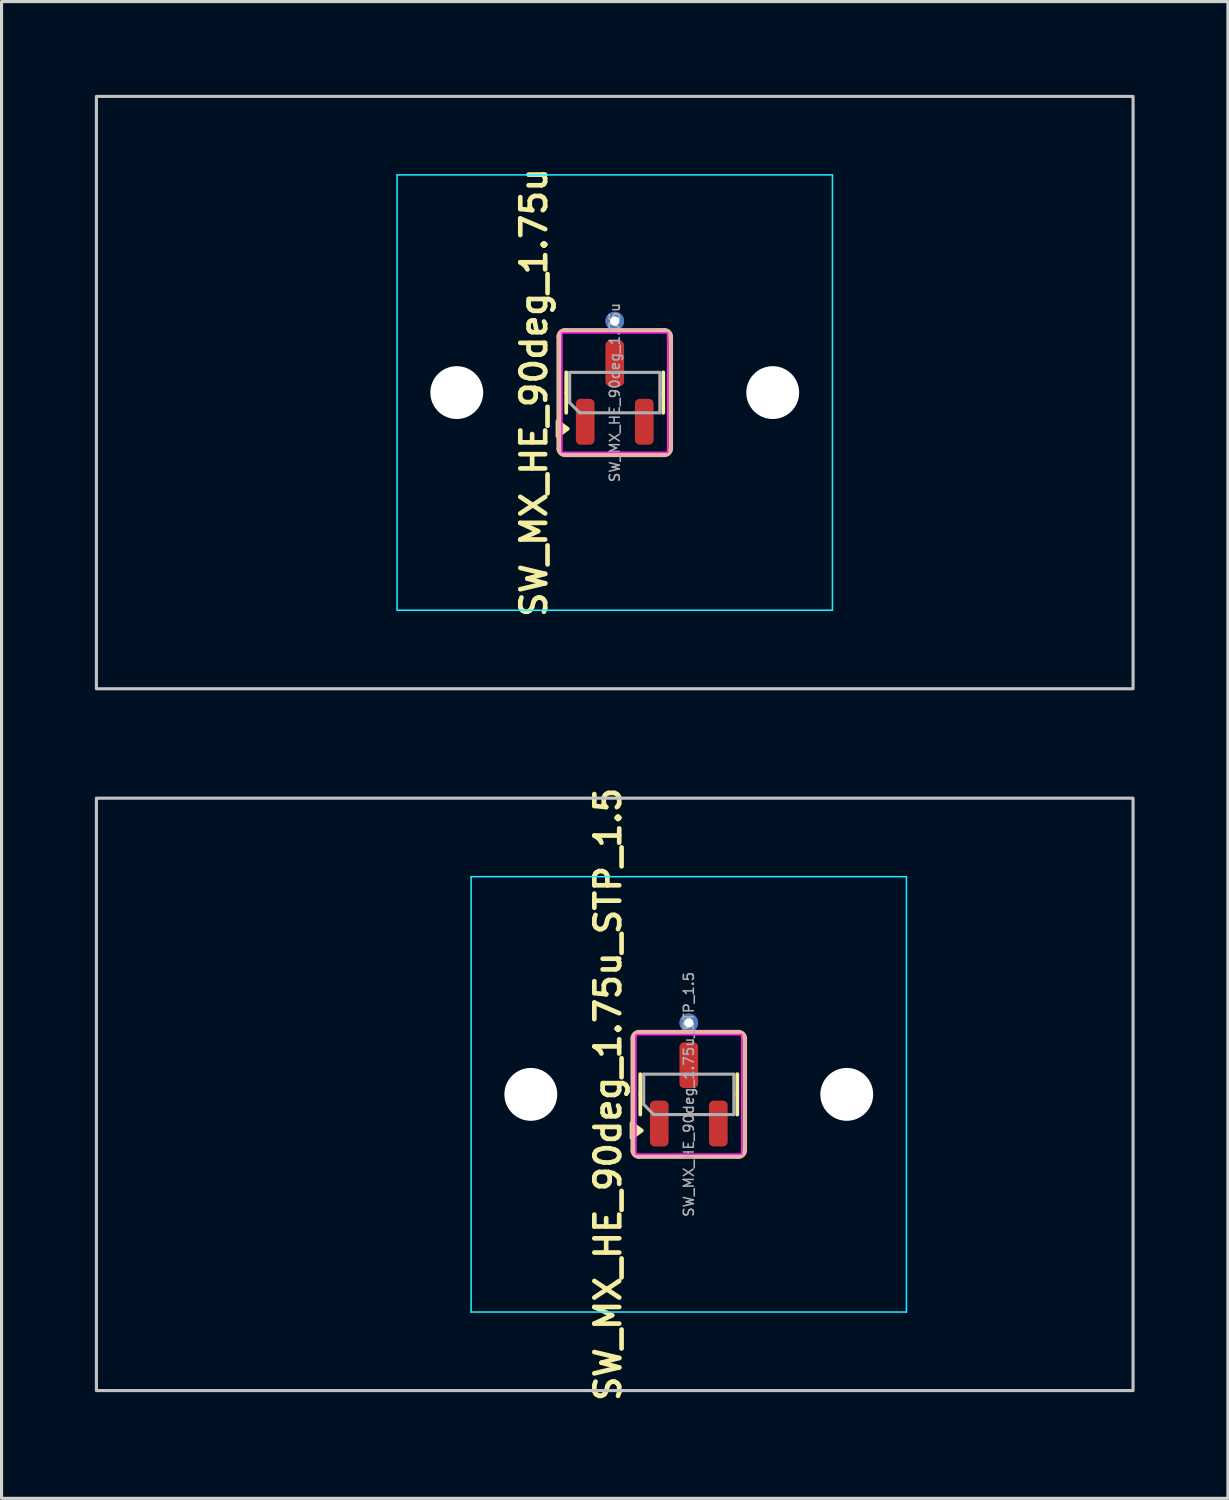
<source format=kicad_pcb>
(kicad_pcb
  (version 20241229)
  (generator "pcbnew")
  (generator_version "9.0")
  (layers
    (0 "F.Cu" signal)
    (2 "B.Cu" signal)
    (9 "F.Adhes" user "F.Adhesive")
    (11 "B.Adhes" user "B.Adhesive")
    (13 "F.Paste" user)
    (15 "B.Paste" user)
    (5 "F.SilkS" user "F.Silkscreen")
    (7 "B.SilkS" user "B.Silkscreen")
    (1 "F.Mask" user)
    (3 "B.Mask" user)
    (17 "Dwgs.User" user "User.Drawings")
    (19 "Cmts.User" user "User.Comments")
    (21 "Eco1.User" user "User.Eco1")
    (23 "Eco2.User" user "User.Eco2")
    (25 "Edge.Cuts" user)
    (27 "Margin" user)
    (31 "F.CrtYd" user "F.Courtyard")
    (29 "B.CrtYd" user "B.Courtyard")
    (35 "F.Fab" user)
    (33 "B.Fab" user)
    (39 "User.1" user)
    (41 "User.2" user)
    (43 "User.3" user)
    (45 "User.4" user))
  (footprint "SW_MX_HE_90deg_1.75u"
    (layer "F.Cu")
    (at 16.719 9.575)
    (property "Reference" "SW_MX_HE_90deg_1.75u" (at -2.6 0 90) (layer "F.SilkS") (effects (font (size 0.8 0.8) (thickness 0.15))))
    (attr smd)
    (fp_line (start -1.56 0) (end -1.56 -0.65) (stroke (width 0.12) (type solid)) (layer "F.SilkS"))
    (fp_line (start -1.56 0) (end -1.56 0.65) (stroke (width 0.12) (type solid)) (layer "F.SilkS"))
    (fp_line (start 1.56 0) (end 1.56 -0.65) (stroke (width 0.12) (type solid)) (layer "F.SilkS"))
    (fp_line (start 1.56 0) (end 1.56 0.65) (stroke (width 0.12) (type solid)) (layer "F.SilkS"))
    (fp_poly (pts (xy -1.51 1.163) (xy -1.84 1.403) (xy -1.84 0.922) (xy -1.51 1.163)) (stroke (width 0.12) (type solid)) (fill yes) (layer "F.SilkS"))
    (fp_line (start -1.8 -1.8) (end -1.8 1.8) (stroke (width 0.15) (type default)) (layer "B.SilkS"))
    (fp_line (start -1.6 2) (end 1.6 2) (stroke (width 0.15) (type default)) (layer "B.SilkS"))
    (fp_line (start 1.6 -2) (end -1.6 -2) (stroke (width 0.15) (type default)) (layer "B.SilkS"))
    (fp_line (start 1.8 1.8) (end 1.8 -1.8) (stroke (width 0.15) (type default)) (layer "B.SilkS"))
    (fp_arc (start -1.8 -1.8) (mid -1.741421 -1.941421) (end -1.6 -2) (stroke (width 0.15) (type default)) (layer "B.SilkS"))
    (fp_arc (start -1.6 2) (mid -1.741421 1.941421) (end -1.8 1.8) (stroke (width 0.15) (type default)) (layer "B.SilkS"))
    (fp_arc (start 1.6 -2) (mid 1.741421 -1.941421) (end 1.8 -1.8) (stroke (width 0.15) (type default)) (layer "B.SilkS"))
    (fp_arc (start 1.8 1.8) (mid 1.741421 1.941421) (end 1.6 2) (stroke (width 0.15) (type default)) (layer "B.SilkS"))
    (fp_rect (start -16.669 -9.525) (end 16.669 9.525) (stroke (width 0.1) (type default)) (fill no) (layer "Dwgs.User"))
    (fp_line (start -7 6.5) (end -7 -6.5) (stroke (width 0.05) (type solid)) (layer "Eco2.User"))
    (fp_line (start -6.5 -7) (end 6.5 -7) (stroke (width 0.05) (type solid)) (layer "Eco2.User"))
    (fp_line (start 6.5 7) (end -6.5 7) (stroke (width 0.05) (type solid)) (layer "Eco2.User"))
    (fp_line (start 7 -6.5) (end 7 6.5) (stroke (width 0.05) (type solid)) (layer "Eco2.User"))
    (fp_arc (start -7 -6.5) (mid -6.853553 -6.853553) (end -6.5 -7) (stroke (width 0.05) (type solid)) (layer "Eco2.User"))
    (fp_arc (start -6.5 7) (mid -6.853553 6.853553) (end -7 6.5) (stroke (width 0.05) (type solid)) (layer "Eco2.User"))
    (fp_arc (start 6.5 -7) (mid 6.853553 -6.853553) (end 7 -6.5) (stroke (width 0.05) (type solid)) (layer "Eco2.User"))
    (fp_arc (start 6.997236 6.498884) (mid 6.850789 6.852437) (end 6.497236 6.998884) (stroke (width 0.05) (type solid)) (layer "Eco2.User"))
    (fp_line (start -7 -7) (end -7 7) (stroke (width 0.05) (type solid)) (layer "B.CrtYd"))
    (fp_line (start -7 7) (end 7 7) (stroke (width 0.05) (type solid)) (layer "B.CrtYd"))
    (fp_line (start 7 -7) (end -7 -7) (stroke (width 0.05) (type solid)) (layer "B.CrtYd"))
    (fp_line (start 7 7) (end 7 -7) (stroke (width 0.05) (type solid)) (layer "B.CrtYd"))
    (fp_line (start -1.7 -1.92) (end -1.7 1.92) (stroke (width 0.05) (type solid)) (layer "F.CrtYd"))
    (fp_line (start -1.7 1.92) (end 1.7 1.92) (stroke (width 0.05) (type solid)) (layer "F.CrtYd"))
    (fp_line (start 1.7 -1.92) (end -1.7 -1.92) (stroke (width 0.05) (type solid)) (layer "F.CrtYd"))
    (fp_line (start 1.7 1.92) (end 1.7 -1.92) (stroke (width 0.05) (type solid)) (layer "F.CrtYd"))
    (fp_line (start -1.45 -0.65) (end 1.45 -0.65) (stroke (width 0.1) (type solid)) (layer "F.Fab"))
    (fp_line (start -1.45 0.325) (end -1.45 -0.65) (stroke (width 0.1) (type solid)) (layer "F.Fab"))
    (fp_line (start -1.125 0.65) (end -1.45 0.325) (stroke (width 0.1) (type solid)) (layer "F.Fab"))
    (fp_line (start 1.45 -0.65) (end 1.45 0.65) (stroke (width 0.1) (type solid)) (layer "F.Fab"))
    (fp_line (start 1.45 0.65) (end -1.125 0.65) (stroke (width 0.1) (type solid)) (layer "F.Fab"))
    (fp_text user "${REFERENCE}" (at 0 0 90) (layer "F.Fab") (effects (font (size 0.32 0.32) (thickness 0.05))))
    (pad "" np_thru_hole circle (at -5.08 0) (size 1.7 1.7) (drill 1.7) (layers "*.Cu" "*.Mask"))
    (pad "" np_thru_hole circle (at 5.08 0) (size 1.7 1.7) (drill 1.7) (layers "*.Cu" "*.Mask"))
    (pad "1" smd roundrect (at -0.95 0.938 90) (size 1.475 0.6) (layers "F.Cu" "F.Mask" "F.Paste") (roundrect_rratio 0.25))
    (pad "2" smd roundrect (at 0.95 0.938 90) (size 1.475 0.6) (layers "F.Cu" "F.Mask" "F.Paste") (roundrect_rratio 0.25))
    (pad "3" thru_hole circle (at 0 -2.3 90) (size 0.6 0.6) (drill 0.3) (layers "*.Cu"))
    (pad "3" smd roundrect (at 0 -0.938 90) (size 1.475 0.6) (layers "F.Cu" "F.Mask" "F.Paste") (roundrect_rratio 0.25))
    (zone (net_name "") (layer "F.Cu") (name "HE keepout_bot") (hatch edge 0.5) (connect_pads) (min_thickness 0.25) (filled_areas_thickness no) (keepout (tracks allowed) (vias allowed) (pads allowed) (copperpour not_allowed) (footprints allowed)) (placement (enabled no)) (fill) (polygon (pts (arc (start 15.11875 7.575) (mid 14.977329 7.633579) (end 14.91875 7.775)) (arc (start 14.91875 11.375) (mid 14.977329 11.516421) (end 15.11875 11.575)) (arc (start 18.31875 11.575) (mid 18.460171 11.516421) (end 18.51875 11.375)) (arc (start 18.51875 7.775) (mid 18.460171 7.633579) (end 18.31875 7.575)) (arc (start 17.21875 7.575) (mid 17.077329 7.633579) (end 17.01875 7.775)) (arc (start 17.01875 9.175) (mid 16.960171 9.316421) (end 16.81875 9.375)) (arc (start 16.61875 9.375) (mid 16.477329 9.316421) (end 16.41875 9.175)) (arc (start 16.41875 7.775) (mid 16.360171 7.633579) (end 16.21875 7.575)))))
    (zone (net_name "") (layer "In1.Cu") (name "HE keepout_top") (hatch edge 0.5) (connect_pads) (min_thickness 0.25) (filled_areas_thickness no) (keepout (tracks allowed) (vias allowed) (pads allowed) (copperpour not_allowed) (footprints allowed)) (placement (enabled no)) (fill) (polygon (pts (arc (start 15.11875 7.575) (mid 14.977329 7.633579) (end 14.91875 7.775)) (arc (start 14.91875 11.375) (mid 14.977329 11.516421) (end 15.11875 11.575)) (arc (start 18.31875 11.575) (mid 18.460171 11.516421) (end 18.51875 11.375)) (arc (start 18.51875 7.775) (mid 18.460171 7.633579) (end 18.31875 7.575))))))
  (footprint "SW_MX_HE_90deg_1.75u_STP_1.5"
    (layer "F.Cu")
    (at 19.1 32.143)
    (property "Reference" "SW_MX_HE_90deg_1.75u_STP_1.5" (at -2.6 0 90) (layer "F.SilkS") (effects (font (size 0.8 0.8) (thickness 0.15))))
    (attr smd)
    (fp_line (start -1.56 0) (end -1.56 -0.65) (stroke (width 0.12) (type solid)) (layer "F.SilkS"))
    (fp_line (start -1.56 0) (end -1.56 0.65) (stroke (width 0.12) (type solid)) (layer "F.SilkS"))
    (fp_line (start 1.56 0) (end 1.56 -0.65) (stroke (width 0.12) (type solid)) (layer "F.SilkS"))
    (fp_line (start 1.56 0) (end 1.56 0.65) (stroke (width 0.12) (type solid)) (layer "F.SilkS"))
    (fp_poly (pts (xy -1.51 1.163) (xy -1.84 1.403) (xy -1.84 0.922) (xy -1.51 1.163)) (stroke (width 0.12) (type solid)) (fill yes) (layer "F.SilkS"))
    (fp_line (start -1.8 -1.8) (end -1.8 1.8) (stroke (width 0.15) (type default)) (layer "B.SilkS"))
    (fp_line (start -1.6 2) (end 1.6 2) (stroke (width 0.15) (type default)) (layer "B.SilkS"))
    (fp_line (start 1.6 -2) (end -1.6 -2) (stroke (width 0.15) (type default)) (layer "B.SilkS"))
    (fp_line (start 1.8 1.8) (end 1.8 -1.8) (stroke (width 0.15) (type default)) (layer "B.SilkS"))
    (fp_arc (start -1.8 -1.8) (mid -1.741421 -1.941421) (end -1.6 -2) (stroke (width 0.15) (type default)) (layer "B.SilkS"))
    (fp_arc (start -1.6 2) (mid -1.741421 1.941421) (end -1.8 1.8) (stroke (width 0.15) (type default)) (layer "B.SilkS"))
    (fp_arc (start 1.6 -2) (mid 1.741421 -1.941421) (end 1.8 -1.8) (stroke (width 0.15) (type default)) (layer "B.SilkS"))
    (fp_arc (start 1.8 1.8) (mid 1.741421 1.941421) (end 1.6 2) (stroke (width 0.15) (type default)) (layer "B.SilkS"))
    (fp_rect (start -19.05 -9.525) (end 14.287 9.525) (stroke (width 0.1) (type default)) (fill no) (layer "Dwgs.User"))
    (fp_line (start -7 6.5) (end -7 -6.5) (stroke (width 0.05) (type solid)) (layer "Eco2.User"))
    (fp_line (start -6.5 -7) (end 6.5 -7) (stroke (width 0.05) (type solid)) (layer "Eco2.User"))
    (fp_line (start 6.5 7) (end -6.5 7) (stroke (width 0.05) (type solid)) (layer "Eco2.User"))
    (fp_line (start 7 -6.5) (end 7 6.5) (stroke (width 0.05) (type solid)) (layer "Eco2.User"))
    (fp_arc (start -7 -6.5) (mid -6.853553 -6.853553) (end -6.5 -7) (stroke (width 0.05) (type solid)) (layer "Eco2.User"))
    (fp_arc (start -6.5 7) (mid -6.853553 6.853553) (end -7 6.5) (stroke (width 0.05) (type solid)) (layer "Eco2.User"))
    (fp_arc (start 6.5 -7) (mid 6.853553 -6.853553) (end 7 -6.5) (stroke (width 0.05) (type solid)) (layer "Eco2.User"))
    (fp_arc (start 6.997236 6.498884) (mid 6.850789 6.852437) (end 6.497236 6.998884) (stroke (width 0.05) (type solid)) (layer "Eco2.User"))
    (fp_line (start -7 -7) (end -7 7) (stroke (width 0.05) (type solid)) (layer "B.CrtYd"))
    (fp_line (start -7 7) (end 7 7) (stroke (width 0.05) (type solid)) (layer "B.CrtYd"))
    (fp_line (start 7 -7) (end -7 -7) (stroke (width 0.05) (type solid)) (layer "B.CrtYd"))
    (fp_line (start 7 7) (end 7 -7) (stroke (width 0.05) (type solid)) (layer "B.CrtYd"))
    (fp_line (start -1.7 -1.92) (end -1.7 1.92) (stroke (width 0.05) (type solid)) (layer "F.CrtYd"))
    (fp_line (start -1.7 1.92) (end 1.7 1.92) (stroke (width 0.05) (type solid)) (layer "F.CrtYd"))
    (fp_line (start 1.7 -1.92) (end -1.7 -1.92) (stroke (width 0.05) (type solid)) (layer "F.CrtYd"))
    (fp_line (start 1.7 1.92) (end 1.7 -1.92) (stroke (width 0.05) (type solid)) (layer "F.CrtYd"))
    (fp_line (start -1.45 -0.65) (end 1.45 -0.65) (stroke (width 0.1) (type solid)) (layer "F.Fab"))
    (fp_line (start -1.45 0.325) (end -1.45 -0.65) (stroke (width 0.1) (type solid)) (layer "F.Fab"))
    (fp_line (start -1.125 0.65) (end -1.45 0.325) (stroke (width 0.1) (type solid)) (layer "F.Fab"))
    (fp_line (start 1.45 -0.65) (end 1.45 0.65) (stroke (width 0.1) (type solid)) (layer "F.Fab"))
    (fp_line (start 1.45 0.65) (end -1.125 0.65) (stroke (width 0.1) (type solid)) (layer "F.Fab"))
    (fp_text user "${REFERENCE}" (at 0 0 90) (layer "F.Fab") (effects (font (size 0.32 0.32) (thickness 0.05))))
    (pad "" np_thru_hole circle (at -5.08 0) (size 1.7 1.7) (drill 1.7) (layers "*.Cu" "*.Mask"))
    (pad "" np_thru_hole circle (at 5.08 0) (size 1.7 1.7) (drill 1.7) (layers "*.Cu" "*.Mask"))
    (pad "1" smd roundrect (at -0.95 0.938 90) (size 1.475 0.6) (layers "F.Cu" "F.Mask" "F.Paste") (roundrect_rratio 0.25))
    (pad "2" smd roundrect (at 0.95 0.938 90) (size 1.475 0.6) (layers "F.Cu" "F.Mask" "F.Paste") (roundrect_rratio 0.25))
    (pad "3" thru_hole circle (at 0 -2.3 90) (size 0.6 0.6) (drill 0.3) (layers "*.Cu"))
    (pad "3" smd roundrect (at 0 -0.938 90) (size 1.475 0.6) (layers "F.Cu" "F.Mask" "F.Paste") (roundrect_rratio 0.25))
    (zone (net_name "") (layer "F.Cu") (name "HE keepout_bot") (hatch edge 0.5) (connect_pads) (min_thickness 0.25) (filled_areas_thickness no) (keepout (tracks allowed) (vias allowed) (pads allowed) (copperpour not_allowed) (footprints allowed)) (placement (enabled no)) (fill) (polygon (pts (arc (start 17.5 30.142622) (mid 17.358579 30.201201) (end 17.3 30.342622)) (arc (start 17.3 33.942622) (mid 17.358579 34.084043) (end 17.5 34.142622)) (arc (start 20.7 34.142622) (mid 20.841421 34.084043) (end 20.9 33.942622)) (arc (start 20.9 30.342622) (mid 20.841421 30.201201) (end 20.7 30.142622)) (arc (start 19.6 30.142622) (mid 19.458579 30.201201) (end 19.4 30.342622)) (arc (start 19.4 31.742622) (mid 19.341421 31.884043) (end 19.2 31.942622)) (arc (start 19 31.942622) (mid 18.858579 31.884043) (end 18.8 31.742622)) (arc (start 18.8 30.342622) (mid 18.741421 30.201201) (end 18.6 30.142622)))))
    (zone (net_name "") (layer "In1.Cu") (name "HE keepout_top") (hatch edge 0.5) (connect_pads) (min_thickness 0.25) (filled_areas_thickness no) (keepout (tracks allowed) (vias allowed) (pads allowed) (copperpour not_allowed) (footprints allowed)) (placement (enabled no)) (fill) (polygon (pts (arc (start 17.5 30.142622) (mid 17.358579 30.201201) (end 17.3 30.342622)) (arc (start 17.3 33.942622) (mid 17.358579 34.084043) (end 17.5 34.142622)) (arc (start 20.7 34.142622) (mid 20.841421 34.084043) (end 20.9 33.942622)) (arc (start 20.9 30.342622) (mid 20.841421 30.201201) (end 20.7 30.142622))))))
  (gr_rect
    (start -3 -3)
    (end 36.438 45.135)
    (stroke (width 0.1) (type default))
    (fill no)
    (layer "Edge.Cuts")))
</source>
